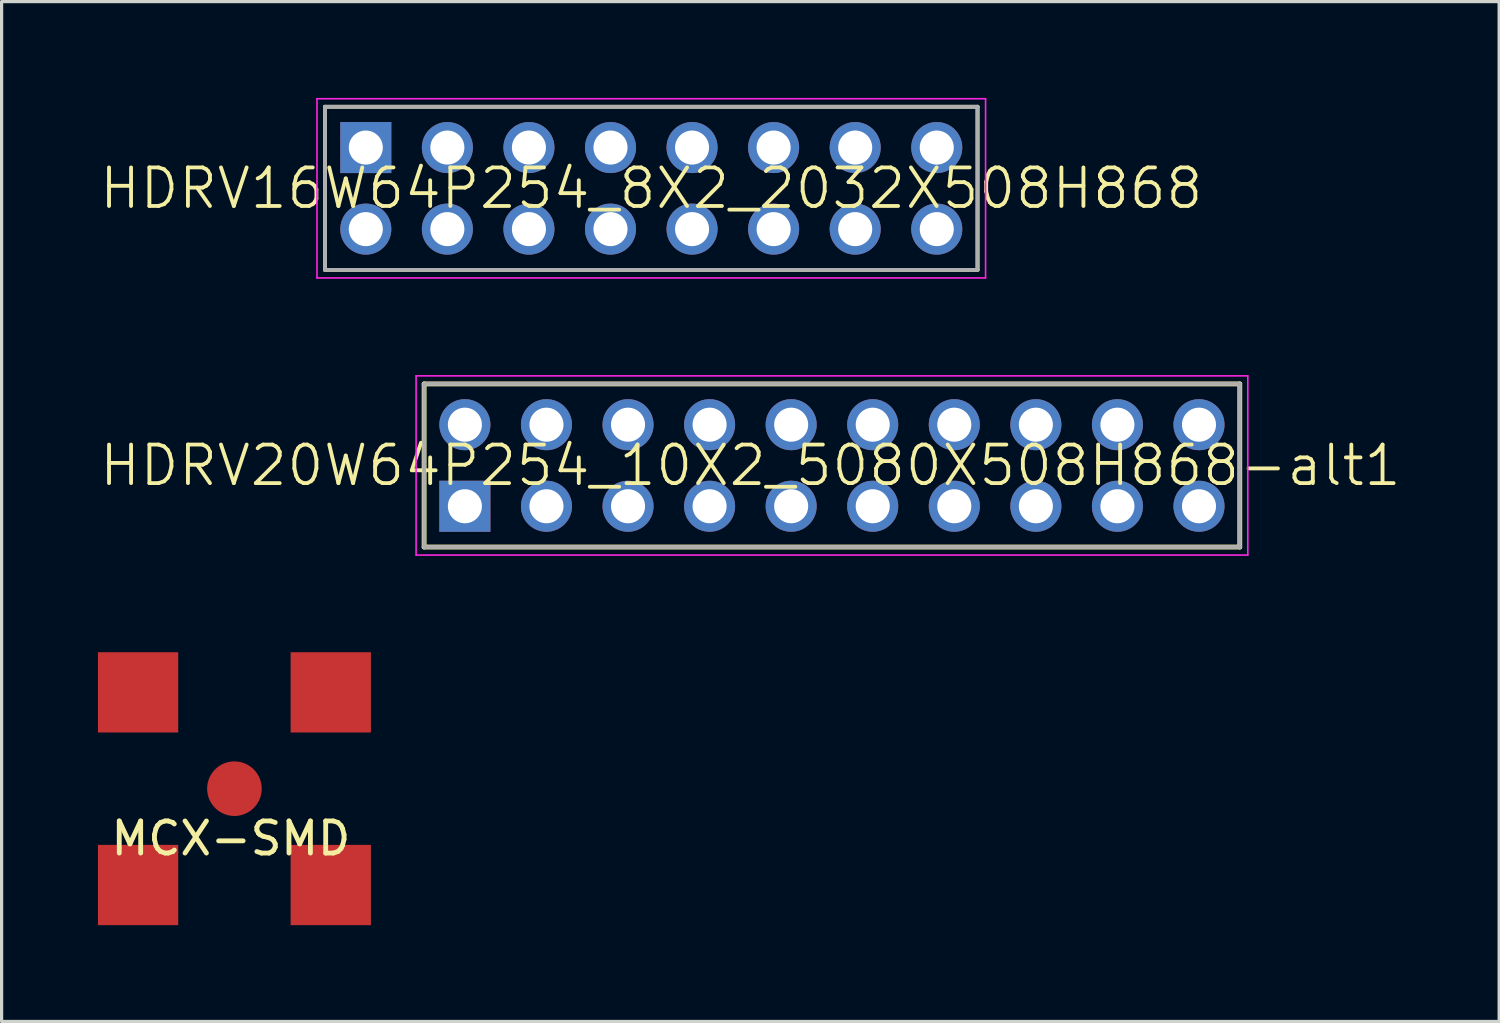
<source format=kicad_pcb>
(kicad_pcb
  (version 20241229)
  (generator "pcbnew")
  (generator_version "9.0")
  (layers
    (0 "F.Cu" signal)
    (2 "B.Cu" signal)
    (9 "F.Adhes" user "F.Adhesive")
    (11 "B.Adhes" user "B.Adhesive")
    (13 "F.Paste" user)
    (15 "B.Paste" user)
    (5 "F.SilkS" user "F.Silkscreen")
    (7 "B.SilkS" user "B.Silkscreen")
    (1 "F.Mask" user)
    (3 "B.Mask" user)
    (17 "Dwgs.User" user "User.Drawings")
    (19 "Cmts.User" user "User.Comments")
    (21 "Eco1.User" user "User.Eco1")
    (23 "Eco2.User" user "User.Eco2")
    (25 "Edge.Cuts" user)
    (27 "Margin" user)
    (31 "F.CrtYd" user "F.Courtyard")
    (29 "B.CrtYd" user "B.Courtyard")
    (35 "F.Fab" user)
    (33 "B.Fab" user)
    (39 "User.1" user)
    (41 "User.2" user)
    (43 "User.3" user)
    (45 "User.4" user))
  (footprint "HDRV16W64P254_8X2_2032X508H868"
    (layer "F.Cu")
    (at 8.341 1.545)
    (property "Reference" "HDRV16W64P254_8X2_2032X508H868" (at 8.89 1.27 0) (layer "F.SilkS") (effects (font (size 1.2 1.2) (thickness 0.12))))
    (attr through_hole)
    (fp_line (start -1.27 -1.27) (end 19.05 -1.27) (stroke (width 0.12) (type solid)) (layer "F.SilkS"))
    (fp_line (start -1.27 3.81) (end -1.27 -1.27) (stroke (width 0.12) (type solid)) (layer "F.SilkS"))
    (fp_line (start 19.05 -1.27) (end 19.05 3.81) (stroke (width 0.12) (type solid)) (layer "F.SilkS"))
    (fp_line (start 19.05 3.81) (end -1.27 3.81) (stroke (width 0.12) (type solid)) (layer "F.SilkS"))
    (fp_line (start -1.52 -1.52) (end 19.3 -1.52) (stroke (width 0.05) (type solid)) (layer "F.CrtYd"))
    (fp_line (start -1.52 4.06) (end -1.52 -1.52) (stroke (width 0.05) (type solid)) (layer "F.CrtYd"))
    (fp_line (start 0 -0.35) (end 0 0.35) (stroke (width 0.05) (type solid)) (layer "F.CrtYd"))
    (fp_line (start 0.35 0) (end -0.35 0) (stroke (width 0.05) (type solid)) (layer "F.CrtYd"))
    (fp_line (start 19.3 -1.52) (end 19.3 4.06) (stroke (width 0.05) (type solid)) (layer "F.CrtYd"))
    (fp_line (start 19.3 4.06) (end -1.52 4.06) (stroke (width 0.05) (type solid)) (layer "F.CrtYd"))
    (fp_circle (center 0 0) (end 0 0.25) (stroke (width 0.05) (type solid)) (fill no) (layer "F.CrtYd"))
    (fp_line (start -1.27 -1.27) (end 19.05 -1.27) (stroke (width 0.12) (type solid)) (layer "F.Fab"))
    (fp_line (start -1.27 3.81) (end -1.27 -1.27) (stroke (width 0.12) (type solid)) (layer "F.Fab"))
    (fp_line (start 19.05 -1.27) (end 19.05 3.81) (stroke (width 0.12) (type solid)) (layer "F.Fab"))
    (fp_line (start 19.05 3.81) (end -1.27 3.81) (stroke (width 0.12) (type solid)) (layer "F.Fab"))
    (pad "1" thru_hole rect (at 0 0) (size 1.59 1.59) (drill 1.06) (layers "*.Cu" "*.Mask"))
    (pad "2" thru_hole circle (at 0 2.54) (size 1.59 1.59) (drill 1.06) (layers "*.Cu" "*.Mask"))
    (pad "3" thru_hole circle (at 2.54 0) (size 1.59 1.59) (drill 1.06) (layers "*.Cu" "*.Mask"))
    (pad "4" thru_hole circle (at 2.54 2.54) (size 1.59 1.59) (drill 1.06) (layers "*.Cu" "*.Mask"))
    (pad "5" thru_hole circle (at 5.08 0) (size 1.59 1.59) (drill 1.06) (layers "*.Cu" "*.Mask"))
    (pad "6" thru_hole circle (at 5.08 2.54) (size 1.59 1.59) (drill 1.06) (layers "*.Cu" "*.Mask"))
    (pad "7" thru_hole circle (at 7.62 0) (size 1.59 1.59) (drill 1.06) (layers "*.Cu" "*.Mask"))
    (pad "8" thru_hole circle (at 7.62 2.54) (size 1.59 1.59) (drill 1.06) (layers "*.Cu" "*.Mask"))
    (pad "9" thru_hole circle (at 10.16 0) (size 1.59 1.59) (drill 1.06) (layers "*.Cu" "*.Mask"))
    (pad "10" thru_hole circle (at 10.16 2.54) (size 1.59 1.59) (drill 1.06) (layers "*.Cu" "*.Mask"))
    (pad "11" thru_hole circle (at 12.7 0) (size 1.59 1.59) (drill 1.06) (layers "*.Cu" "*.Mask"))
    (pad "12" thru_hole circle (at 12.7 2.54) (size 1.59 1.59) (drill 1.06) (layers "*.Cu" "*.Mask"))
    (pad "13" thru_hole circle (at 15.24 0) (size 1.59 1.59) (drill 1.06) (layers "*.Cu" "*.Mask"))
    (pad "14" thru_hole circle (at 15.24 2.54) (size 1.59 1.59) (drill 1.06) (layers "*.Cu" "*.Mask"))
    (pad "15" thru_hole circle (at 17.78 0) (size 1.59 1.59) (drill 1.06) (layers "*.Cu" "*.Mask"))
    (pad "16" thru_hole circle (at 17.78 2.54) (size 1.59 1.59) (drill 1.06) (layers "*.Cu" "*.Mask")))
  (footprint "MCX-SMD"
    (layer "F.Cu")
    (at 4.25 21.51)
    (property "Reference" "MCX-SMD" (at -0.11 1.55 0) (layer "F.SilkS") (effects (font (size 1 1) (thickness 0.15))))
    (attr through_hole)
    (pad "1" smd circle (at 0 0) (size 1.7 1.7) (layers "F.Cu" "F.Mask" "F.Paste"))
    (pad "2" smd rect (at -3 -3) (size 2.5 2.5) (layers "F.Cu" "F.Mask" "F.Paste"))
    (pad "2" smd rect (at -3 3) (size 2.5 2.5) (layers "F.Cu" "F.Mask" "F.Paste"))
    (pad "2" smd rect (at 3 -3) (size 2.5 2.5) (layers "F.Cu" "F.Mask" "F.Paste"))
    (pad "2" smd rect (at 3 3) (size 2.5 2.5) (layers "F.Cu" "F.Mask" "F.Paste")))
  (footprint "HDRV20W64P254_10X2_5080X508H868-alt1"
    (layer "F.Cu")
    (at 11.427 12.715)
    (property "Reference" "HDRV20W64P254_10X2_5080X508H868-alt1" (at 8.89 -1.27 0) (layer "F.SilkS") (effects (font (size 1.2 1.2) (thickness 0.12))))
    (attr through_hole)
    (fp_line (start -1.27 -3.81) (end 24.13 -3.81) (stroke (width 0.15) (type solid)) (layer "F.SilkS"))
    (fp_line (start -1.27 1.27) (end -1.27 -3.81) (stroke (width 0.15) (type solid)) (layer "F.SilkS"))
    (fp_line (start 24.13 -3.81) (end 24.13 1.27) (stroke (width 0.15) (type solid)) (layer "F.SilkS"))
    (fp_line (start 24.13 1.27) (end -1.27 1.27) (stroke (width 0.15) (type solid)) (layer "F.SilkS"))
    (fp_line (start -1.52 -4.06) (end 24.38 -4.06) (stroke (width 0.05) (type solid)) (layer "F.CrtYd"))
    (fp_line (start -1.52 1.52) (end -1.52 -4.06) (stroke (width 0.05) (type solid)) (layer "F.CrtYd"))
    (fp_line (start 24.38 -4.06) (end 24.38 1.52) (stroke (width 0.05) (type solid)) (layer "F.CrtYd"))
    (fp_line (start 24.38 1.52) (end -1.52 1.52) (stroke (width 0.05) (type solid)) (layer "F.CrtYd"))
    (fp_line (start -1.27 -3.81) (end 24.13 -3.81) (stroke (width 0.12) (type solid)) (layer "F.Fab"))
    (fp_line (start -1.27 1.27) (end -1.27 -3.81) (stroke (width 0.12) (type solid)) (layer "F.Fab"))
    (fp_line (start 24.13 -3.81) (end 24.13 1.27) (stroke (width 0.12) (type solid)) (layer "F.Fab"))
    (fp_line (start 24.13 1.27) (end -1.27 1.27) (stroke (width 0.12) (type solid)) (layer "F.Fab"))
    (pad "1" thru_hole rect (at 0 0) (size 1.59 1.59) (drill 1.06) (layers "*.Cu" "*.Mask"))
    (pad "2" thru_hole circle (at 0 -2.54) (size 1.59 1.59) (drill 1.06) (layers "*.Cu" "*.Mask"))
    (pad "3" thru_hole circle (at 2.54 0) (size 1.59 1.59) (drill 1.06) (layers "*.Cu" "*.Mask"))
    (pad "4" thru_hole circle (at 2.54 -2.54) (size 1.59 1.59) (drill 1.06) (layers "*.Cu" "*.Mask"))
    (pad "5" thru_hole circle (at 5.08 0) (size 1.59 1.59) (drill 1.06) (layers "*.Cu" "*.Mask"))
    (pad "6" thru_hole circle (at 5.08 -2.54) (size 1.59 1.59) (drill 1.06) (layers "*.Cu" "*.Mask"))
    (pad "7" thru_hole circle (at 7.62 0) (size 1.59 1.59) (drill 1.06) (layers "*.Cu" "*.Mask"))
    (pad "8" thru_hole circle (at 7.62 -2.54) (size 1.59 1.59) (drill 1.06) (layers "*.Cu" "*.Mask"))
    (pad "9" thru_hole circle (at 10.16 0) (size 1.59 1.59) (drill 1.06) (layers "*.Cu" "*.Mask"))
    (pad "10" thru_hole circle (at 10.16 -2.54) (size 1.59 1.59) (drill 1.06) (layers "*.Cu" "*.Mask"))
    (pad "11" thru_hole circle (at 12.7 0) (size 1.59 1.59) (drill 1.06) (layers "*.Cu" "*.Mask"))
    (pad "12" thru_hole circle (at 12.7 -2.54) (size 1.59 1.59) (drill 1.06) (layers "*.Cu" "*.Mask"))
    (pad "13" thru_hole circle (at 15.24 0) (size 1.59 1.59) (drill 1.06) (layers "*.Cu" "*.Mask"))
    (pad "14" thru_hole circle (at 15.24 -2.54) (size 1.59 1.59) (drill 1.06) (layers "*.Cu" "*.Mask"))
    (pad "15" thru_hole circle (at 17.78 0) (size 1.59 1.59) (drill 1.06) (layers "*.Cu" "*.Mask"))
    (pad "16" thru_hole circle (at 17.78 -2.54) (size 1.59 1.59) (drill 1.06) (layers "*.Cu" "*.Mask"))
    (pad "17" thru_hole circle (at 20.32 0) (size 1.59 1.59) (drill 1.06) (layers "*.Cu" "*.Mask"))
    (pad "18" thru_hole circle (at 20.32 -2.54) (size 1.59 1.59) (drill 1.06) (layers "*.Cu" "*.Mask"))
    (pad "19" thru_hole circle (at 22.86 0) (size 1.59 1.59) (drill 1.06) (layers "*.Cu" "*.Mask"))
    (pad "20" thru_hole circle (at 22.86 -2.54) (size 1.59 1.59) (drill 1.06) (layers "*.Cu" "*.Mask")))
  (gr_rect
    (start -3 -3)
    (end 43.634 28.76)
    (stroke (width 0.1) (type default))
    (fill no)
    (layer "Edge.Cuts")))
</source>
